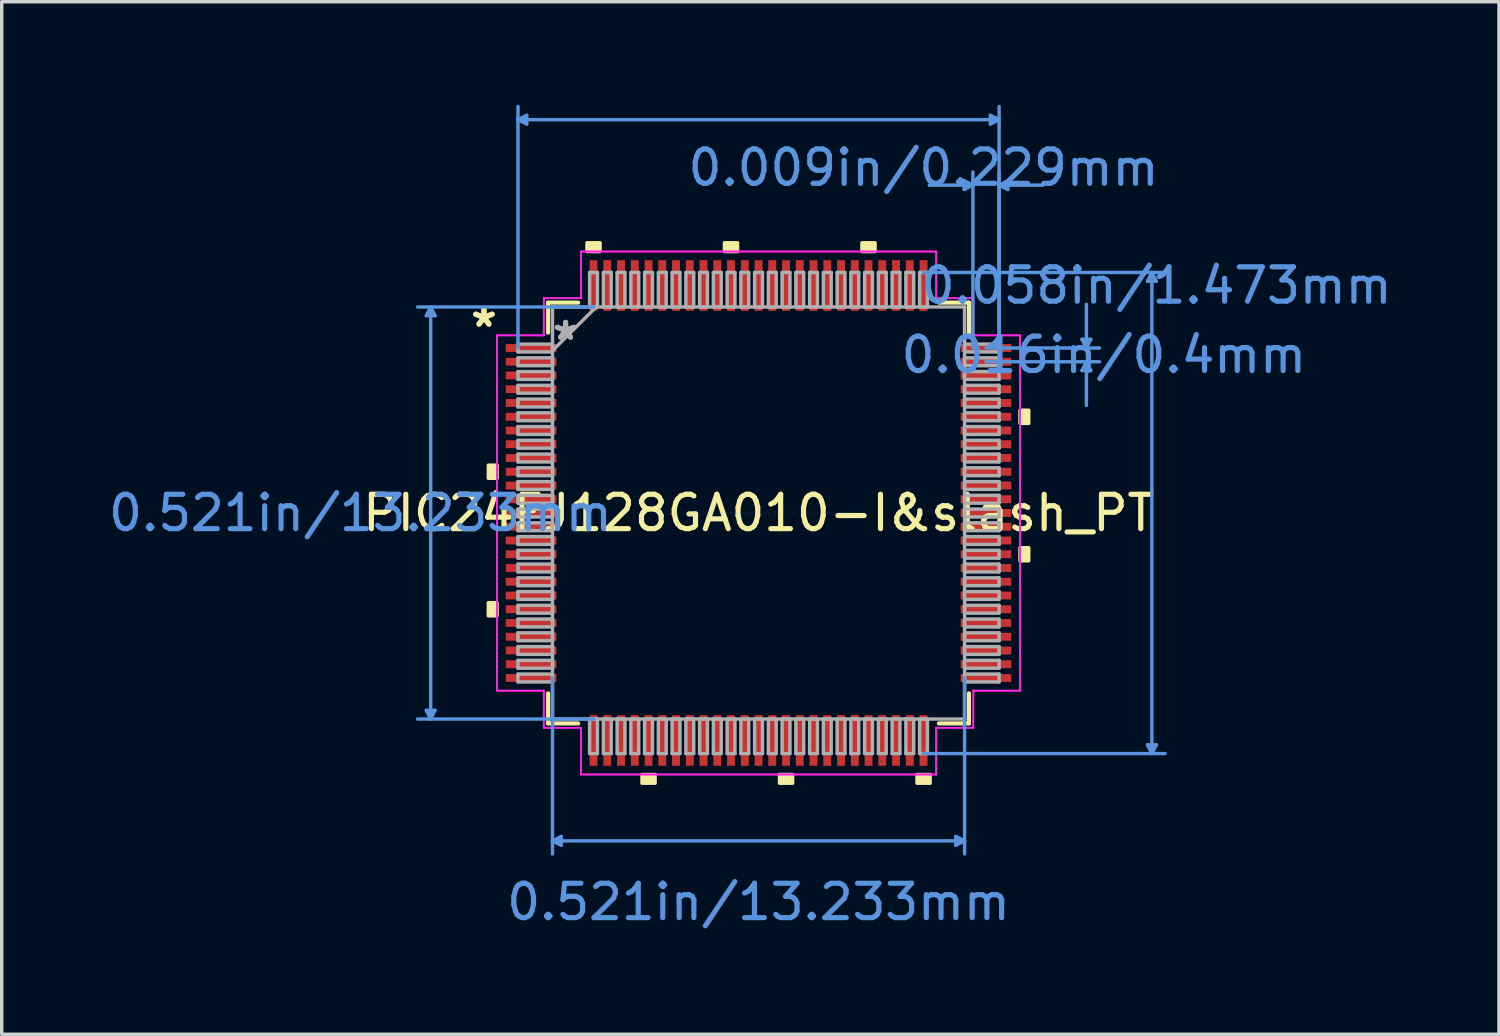
<source format=kicad_pcb>
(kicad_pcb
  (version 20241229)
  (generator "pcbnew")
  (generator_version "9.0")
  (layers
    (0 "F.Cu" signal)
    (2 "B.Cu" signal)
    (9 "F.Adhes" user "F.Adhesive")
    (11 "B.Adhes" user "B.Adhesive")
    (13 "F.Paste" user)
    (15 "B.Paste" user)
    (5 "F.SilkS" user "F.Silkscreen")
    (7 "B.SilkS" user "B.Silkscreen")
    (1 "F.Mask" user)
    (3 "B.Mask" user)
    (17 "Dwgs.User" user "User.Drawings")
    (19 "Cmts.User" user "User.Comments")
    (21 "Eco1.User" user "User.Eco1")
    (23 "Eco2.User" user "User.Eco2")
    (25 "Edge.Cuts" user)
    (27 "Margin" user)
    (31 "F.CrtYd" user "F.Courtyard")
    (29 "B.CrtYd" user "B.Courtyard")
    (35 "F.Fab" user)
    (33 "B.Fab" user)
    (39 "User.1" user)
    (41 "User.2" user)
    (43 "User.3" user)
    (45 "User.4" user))
  (footprint "PIC24FJ128GA010-I&slash_PT"
    (layer "F.Cu")
    (at 19.017 11.874)
    (property "Reference" "PIC24FJ128GA010-I&slash_PT" (at 0 0 0) (layer "F.SilkS") (effects (font (size 1 1) (thickness 0.15))))
    (attr through_hole)
    (fp_line (start -6.121 -6.121) (end -6.121 -5.247) (stroke (width 0.12) (type solid)) (layer "F.SilkS"))
    (fp_line (start -6.121 5.247) (end -6.121 6.121) (stroke (width 0.12) (type solid)) (layer "F.SilkS"))
    (fp_line (start -6.121 6.121) (end -5.247 6.121) (stroke (width 0.12) (type solid)) (layer "F.SilkS"))
    (fp_line (start -5.247 -6.121) (end -6.121 -6.121) (stroke (width 0.12) (type solid)) (layer "F.SilkS"))
    (fp_line (start 5.247 6.121) (end 6.121 6.121) (stroke (width 0.12) (type solid)) (layer "F.SilkS"))
    (fp_line (start 6.121 -6.121) (end 5.247 -6.121) (stroke (width 0.12) (type solid)) (layer "F.SilkS"))
    (fp_line (start 6.121 -5.247) (end 6.121 -6.121) (stroke (width 0.12) (type solid)) (layer "F.SilkS"))
    (fp_line (start 6.121 6.121) (end 6.121 5.247) (stroke (width 0.12) (type solid)) (layer "F.SilkS"))
    (fp_poly (pts (xy -7.861 -1.391) (xy -7.861 -1.01) (xy -7.607 -1.01) (xy -7.607 -1.391)) (stroke (width 0.1) (type solid)) (fill yes) (layer "F.SilkS"))
    (fp_poly (pts (xy -7.861 2.609) (xy -7.861 2.99) (xy -7.607 2.99) (xy -7.607 2.609)) (stroke (width 0.1) (type solid)) (fill yes) (layer "F.SilkS"))
    (fp_poly (pts (xy -4.991 -7.607) (xy -4.991 -7.861) (xy -4.61 -7.861) (xy -4.61 -7.607)) (stroke (width 0.1) (type solid)) (fill yes) (layer "F.SilkS"))
    (fp_poly (pts (xy -3.39 7.607) (xy -3.39 7.861) (xy -3.009 7.861) (xy -3.009 7.607)) (stroke (width 0.1) (type solid)) (fill yes) (layer "F.SilkS"))
    (fp_poly (pts (xy -0.991 -7.607) (xy -0.991 -7.861) (xy -0.61 -7.861) (xy -0.61 -7.607)) (stroke (width 0.1) (type solid)) (fill yes) (layer "F.SilkS"))
    (fp_poly (pts (xy 0.61 7.607) (xy 0.61 7.861) (xy 0.991 7.861) (xy 0.991 7.607)) (stroke (width 0.1) (type solid)) (fill yes) (layer "F.SilkS"))
    (fp_poly (pts (xy 3.009 -7.607) (xy 3.009 -7.861) (xy 3.39 -7.861) (xy 3.39 -7.607)) (stroke (width 0.1) (type solid)) (fill yes) (layer "F.SilkS"))
    (fp_poly (pts (xy 4.61 7.607) (xy 4.61 7.861) (xy 4.991 7.861) (xy 4.991 7.607)) (stroke (width 0.1) (type solid)) (fill yes) (layer "F.SilkS"))
    (fp_poly (pts (xy 7.861 -2.99) (xy 7.861 -2.609) (xy 7.607 -2.609) (xy 7.607 -2.99)) (stroke (width 0.1) (type solid)) (fill yes) (layer "F.SilkS"))
    (fp_poly (pts (xy 7.861 1.01) (xy 7.861 1.391) (xy 7.607 1.391) (xy 7.607 1.01)) (stroke (width 0.1) (type solid)) (fill yes) (layer "F.SilkS"))
    (fp_line (start -9.665 -5.74) (end -9.411 -5.74) (stroke (width 0.1) (type solid)) (layer "Cmts.User"))
    (fp_line (start -9.665 5.74) (end -9.411 5.74) (stroke (width 0.1) (type solid)) (layer "Cmts.User"))
    (fp_line (start -9.538 -5.994) (end -9.665 -5.74) (stroke (width 0.1) (type solid)) (layer "Cmts.User"))
    (fp_line (start -9.538 -5.994) (end -9.538 5.994) (stroke (width 0.1) (type solid)) (layer "Cmts.User"))
    (fp_line (start -9.538 -5.994) (end -9.411 -5.74) (stroke (width 0.1) (type solid)) (layer "Cmts.User"))
    (fp_line (start -9.538 5.994) (end -9.665 5.74) (stroke (width 0.1) (type solid)) (layer "Cmts.User"))
    (fp_line (start -9.538 5.994) (end -9.411 5.74) (stroke (width 0.1) (type solid)) (layer "Cmts.User"))
    (fp_line (start -6.998 -11.443) (end -6.744 -11.57) (stroke (width 0.1) (type solid)) (layer "Cmts.User"))
    (fp_line (start -6.998 -11.443) (end -6.744 -11.316) (stroke (width 0.1) (type solid)) (layer "Cmts.User"))
    (fp_line (start -6.998 -11.443) (end 6.998 -11.443) (stroke (width 0.1) (type solid)) (layer "Cmts.User"))
    (fp_line (start -6.998 -4.8) (end -6.998 -11.824) (stroke (width 0.1) (type solid)) (layer "Cmts.User"))
    (fp_line (start -6.744 -11.57) (end -6.744 -11.316) (stroke (width 0.1) (type solid)) (layer "Cmts.User"))
    (fp_line (start -5.994 4.8) (end -5.994 9.919) (stroke (width 0.1) (type solid)) (layer "Cmts.User"))
    (fp_line (start -5.994 9.538) (end -5.74 9.411) (stroke (width 0.1) (type solid)) (layer "Cmts.User"))
    (fp_line (start -5.994 9.538) (end -5.74 9.665) (stroke (width 0.1) (type solid)) (layer "Cmts.User"))
    (fp_line (start -5.994 9.538) (end 5.994 9.538) (stroke (width 0.1) (type solid)) (layer "Cmts.User"))
    (fp_line (start -5.74 9.411) (end -5.74 9.665) (stroke (width 0.1) (type solid)) (layer "Cmts.User"))
    (fp_line (start -4.8 -5.994) (end -9.919 -5.994) (stroke (width 0.1) (type solid)) (layer "Cmts.User"))
    (fp_line (start -4.8 5.994) (end -9.919 5.994) (stroke (width 0.1) (type solid)) (layer "Cmts.User"))
    (fp_line (start 4.8 -6.998) (end 11.824 -6.998) (stroke (width 0.1) (type solid)) (layer "Cmts.User"))
    (fp_line (start 4.8 6.998) (end 11.824 6.998) (stroke (width 0.1) (type solid)) (layer "Cmts.User"))
    (fp_line (start 5.74 9.411) (end 5.74 9.665) (stroke (width 0.1) (type solid)) (layer "Cmts.User"))
    (fp_line (start 5.982 -9.665) (end 5.982 -9.411) (stroke (width 0.1) (type solid)) (layer "Cmts.User"))
    (fp_line (start 5.994 4.8) (end 5.994 9.919) (stroke (width 0.1) (type solid)) (layer "Cmts.User"))
    (fp_line (start 5.994 9.538) (end 5.74 9.411) (stroke (width 0.1) (type solid)) (layer "Cmts.User"))
    (fp_line (start 5.994 9.538) (end 5.74 9.665) (stroke (width 0.1) (type solid)) (layer "Cmts.User"))
    (fp_line (start 6.236 -9.538) (end 4.966 -9.538) (stroke (width 0.1) (type solid)) (layer "Cmts.User"))
    (fp_line (start 6.236 -9.538) (end 5.982 -9.665) (stroke (width 0.1) (type solid)) (layer "Cmts.User"))
    (fp_line (start 6.236 -9.538) (end 5.982 -9.411) (stroke (width 0.1) (type solid)) (layer "Cmts.User"))
    (fp_line (start 6.236 -4.8) (end 6.236 -9.919) (stroke (width 0.1) (type solid)) (layer "Cmts.User"))
    (fp_line (start 6.617 -4.8) (end 9.919 -4.8) (stroke (width 0.1) (type solid)) (layer "Cmts.User"))
    (fp_line (start 6.617 -4.4) (end 9.919 -4.4) (stroke (width 0.1) (type solid)) (layer "Cmts.User"))
    (fp_line (start 6.744 -11.57) (end 6.744 -11.316) (stroke (width 0.1) (type solid)) (layer "Cmts.User"))
    (fp_line (start 6.998 -11.443) (end 6.744 -11.57) (stroke (width 0.1) (type solid)) (layer "Cmts.User"))
    (fp_line (start 6.998 -11.443) (end 6.744 -11.316) (stroke (width 0.1) (type solid)) (layer "Cmts.User"))
    (fp_line (start 6.998 -9.538) (end 7.252 -9.665) (stroke (width 0.1) (type solid)) (layer "Cmts.User"))
    (fp_line (start 6.998 -9.538) (end 7.252 -9.411) (stroke (width 0.1) (type solid)) (layer "Cmts.User"))
    (fp_line (start 6.998 -9.538) (end 8.268 -9.538) (stroke (width 0.1) (type solid)) (layer "Cmts.User"))
    (fp_line (start 6.998 -4.8) (end 6.998 -11.824) (stroke (width 0.1) (type solid)) (layer "Cmts.User"))
    (fp_line (start 6.998 -4.8) (end 6.998 -9.919) (stroke (width 0.1) (type solid)) (layer "Cmts.User"))
    (fp_line (start 7.252 -9.665) (end 7.252 -9.411) (stroke (width 0.1) (type solid)) (layer "Cmts.User"))
    (fp_line (start 9.411 -5.054) (end 9.665 -5.054) (stroke (width 0.1) (type solid)) (layer "Cmts.User"))
    (fp_line (start 9.411 -4.146) (end 9.665 -4.146) (stroke (width 0.1) (type solid)) (layer "Cmts.User"))
    (fp_line (start 9.538 -4.8) (end 9.411 -5.054) (stroke (width 0.1) (type solid)) (layer "Cmts.User"))
    (fp_line (start 9.538 -4.8) (end 9.538 -6.07) (stroke (width 0.1) (type solid)) (layer "Cmts.User"))
    (fp_line (start 9.538 -4.8) (end 9.665 -5.054) (stroke (width 0.1) (type solid)) (layer "Cmts.User"))
    (fp_line (start 9.538 -4.4) (end 9.411 -4.146) (stroke (width 0.1) (type solid)) (layer "Cmts.User"))
    (fp_line (start 9.538 -4.4) (end 9.538 -3.13) (stroke (width 0.1) (type solid)) (layer "Cmts.User"))
    (fp_line (start 9.538 -4.4) (end 9.665 -4.146) (stroke (width 0.1) (type solid)) (layer "Cmts.User"))
    (fp_line (start 11.316 -6.744) (end 11.57 -6.744) (stroke (width 0.1) (type solid)) (layer "Cmts.User"))
    (fp_line (start 11.316 6.744) (end 11.57 6.744) (stroke (width 0.1) (type solid)) (layer "Cmts.User"))
    (fp_line (start 11.443 -6.998) (end 11.316 -6.744) (stroke (width 0.1) (type solid)) (layer "Cmts.User"))
    (fp_line (start 11.443 -6.998) (end 11.443 6.998) (stroke (width 0.1) (type solid)) (layer "Cmts.User"))
    (fp_line (start 11.443 -6.998) (end 11.57 -6.744) (stroke (width 0.1) (type solid)) (layer "Cmts.User"))
    (fp_line (start 11.443 6.998) (end 11.316 6.744) (stroke (width 0.1) (type solid)) (layer "Cmts.User"))
    (fp_line (start 11.443 6.998) (end 11.57 6.744) (stroke (width 0.1) (type solid)) (layer "Cmts.User"))
    (fp_line (start -7.607 -5.168) (end -6.248 -5.168) (stroke (width 0.05) (type solid)) (layer "F.CrtYd"))
    (fp_line (start -7.607 -5.168) (end -6.248 -5.168) (stroke (width 0.05) (type solid)) (layer "F.CrtYd"))
    (fp_line (start -7.607 5.168) (end -7.607 -5.168) (stroke (width 0.05) (type solid)) (layer "F.CrtYd"))
    (fp_line (start -7.607 5.168) (end -7.607 -5.168) (stroke (width 0.05) (type solid)) (layer "F.CrtYd"))
    (fp_line (start -6.248 -6.248) (end -5.168 -6.248) (stroke (width 0.05) (type solid)) (layer "F.CrtYd"))
    (fp_line (start -6.248 -6.248) (end -5.168 -6.248) (stroke (width 0.05) (type solid)) (layer "F.CrtYd"))
    (fp_line (start -6.248 -5.168) (end -6.248 -6.248) (stroke (width 0.05) (type solid)) (layer "F.CrtYd"))
    (fp_line (start -6.248 -5.168) (end -6.248 -6.248) (stroke (width 0.05) (type solid)) (layer "F.CrtYd"))
    (fp_line (start -6.248 5.168) (end -7.607 5.168) (stroke (width 0.05) (type solid)) (layer "F.CrtYd"))
    (fp_line (start -6.248 5.168) (end -7.607 5.168) (stroke (width 0.05) (type solid)) (layer "F.CrtYd"))
    (fp_line (start -6.248 6.248) (end -6.248 5.168) (stroke (width 0.05) (type solid)) (layer "F.CrtYd"))
    (fp_line (start -6.248 6.248) (end -6.248 5.168) (stroke (width 0.05) (type solid)) (layer "F.CrtYd"))
    (fp_line (start -6.248 6.248) (end -5.168 6.248) (stroke (width 0.05) (type solid)) (layer "F.CrtYd"))
    (fp_line (start -5.168 -7.607) (end 5.168 -7.607) (stroke (width 0.05) (type solid)) (layer "F.CrtYd"))
    (fp_line (start -5.168 -7.607) (end 5.168 -7.607) (stroke (width 0.05) (type solid)) (layer "F.CrtYd"))
    (fp_line (start -5.168 -6.248) (end -5.168 -7.607) (stroke (width 0.05) (type solid)) (layer "F.CrtYd"))
    (fp_line (start -5.168 -6.248) (end -5.168 -7.607) (stroke (width 0.05) (type solid)) (layer "F.CrtYd"))
    (fp_line (start -5.168 6.248) (end -6.248 6.248) (stroke (width 0.05) (type solid)) (layer "F.CrtYd"))
    (fp_line (start -5.168 6.248) (end -5.168 7.607) (stroke (width 0.05) (type solid)) (layer "F.CrtYd"))
    (fp_line (start -5.168 7.607) (end -5.168 6.248) (stroke (width 0.05) (type solid)) (layer "F.CrtYd"))
    (fp_line (start -5.168 7.607) (end 5.168 7.607) (stroke (width 0.05) (type solid)) (layer "F.CrtYd"))
    (fp_line (start 5.168 -7.607) (end 5.168 -6.248) (stroke (width 0.05) (type solid)) (layer "F.CrtYd"))
    (fp_line (start 5.168 -7.607) (end 5.168 -6.248) (stroke (width 0.05) (type solid)) (layer "F.CrtYd"))
    (fp_line (start 5.168 -6.248) (end 6.248 -6.248) (stroke (width 0.05) (type solid)) (layer "F.CrtYd"))
    (fp_line (start 5.168 -6.248) (end 6.248 -6.248) (stroke (width 0.05) (type solid)) (layer "F.CrtYd"))
    (fp_line (start 5.168 6.248) (end 5.168 7.607) (stroke (width 0.05) (type solid)) (layer "F.CrtYd"))
    (fp_line (start 5.168 6.248) (end 6.248 6.248) (stroke (width 0.05) (type solid)) (layer "F.CrtYd"))
    (fp_line (start 5.168 7.607) (end -5.168 7.607) (stroke (width 0.05) (type solid)) (layer "F.CrtYd"))
    (fp_line (start 5.168 7.607) (end 5.168 6.248) (stroke (width 0.05) (type solid)) (layer "F.CrtYd"))
    (fp_line (start 6.248 -6.248) (end 6.248 -5.168) (stroke (width 0.05) (type solid)) (layer "F.CrtYd"))
    (fp_line (start 6.248 -5.168) (end 6.248 -6.248) (stroke (width 0.05) (type solid)) (layer "F.CrtYd"))
    (fp_line (start 6.248 -5.168) (end 7.607 -5.168) (stroke (width 0.05) (type solid)) (layer "F.CrtYd"))
    (fp_line (start 6.248 5.168) (end 6.248 6.248) (stroke (width 0.05) (type solid)) (layer "F.CrtYd"))
    (fp_line (start 6.248 5.168) (end 7.607 5.168) (stroke (width 0.05) (type solid)) (layer "F.CrtYd"))
    (fp_line (start 6.248 6.248) (end 5.168 6.248) (stroke (width 0.05) (type solid)) (layer "F.CrtYd"))
    (fp_line (start 6.248 6.248) (end 6.248 5.168) (stroke (width 0.05) (type solid)) (layer "F.CrtYd"))
    (fp_line (start 7.607 -5.168) (end 6.248 -5.168) (stroke (width 0.05) (type solid)) (layer "F.CrtYd"))
    (fp_line (start 7.607 -5.168) (end 7.607 5.168) (stroke (width 0.05) (type solid)) (layer "F.CrtYd"))
    (fp_line (start 7.607 5.168) (end 6.248 5.168) (stroke (width 0.05) (type solid)) (layer "F.CrtYd"))
    (fp_line (start 7.607 5.168) (end 7.607 -5.168) (stroke (width 0.05) (type solid)) (layer "F.CrtYd"))
    (fp_line (start -6.998 -4.914) (end -6.998 -4.686) (stroke (width 0.1) (type solid)) (layer "F.Fab"))
    (fp_line (start -6.998 -4.686) (end -5.994 -4.686) (stroke (width 0.1) (type solid)) (layer "F.Fab"))
    (fp_line (start -6.998 -4.514) (end -6.998 -4.286) (stroke (width 0.1) (type solid)) (layer "F.Fab"))
    (fp_line (start -6.998 -4.286) (end -5.994 -4.286) (stroke (width 0.1) (type solid)) (layer "F.Fab"))
    (fp_line (start -6.998 -4.114) (end -6.998 -3.886) (stroke (width 0.1) (type solid)) (layer "F.Fab"))
    (fp_line (start -6.998 -3.886) (end -5.994 -3.886) (stroke (width 0.1) (type solid)) (layer "F.Fab"))
    (fp_line (start -6.998 -3.714) (end -6.998 -3.486) (stroke (width 0.1) (type solid)) (layer "F.Fab"))
    (fp_line (start -6.998 -3.486) (end -5.994 -3.486) (stroke (width 0.1) (type solid)) (layer "F.Fab"))
    (fp_line (start -6.998 -3.314) (end -6.998 -3.086) (stroke (width 0.1) (type solid)) (layer "F.Fab"))
    (fp_line (start -6.998 -3.086) (end -5.994 -3.086) (stroke (width 0.1) (type solid)) (layer "F.Fab"))
    (fp_line (start -6.998 -2.914) (end -6.998 -2.686) (stroke (width 0.1) (type solid)) (layer "F.Fab"))
    (fp_line (start -6.998 -2.686) (end -5.994 -2.686) (stroke (width 0.1) (type solid)) (layer "F.Fab"))
    (fp_line (start -6.998 -2.514) (end -6.998 -2.286) (stroke (width 0.1) (type solid)) (layer "F.Fab"))
    (fp_line (start -6.998 -2.286) (end -5.994 -2.286) (stroke (width 0.1) (type solid)) (layer "F.Fab"))
    (fp_line (start -6.998 -2.114) (end -6.998 -1.886) (stroke (width 0.1) (type solid)) (layer "F.Fab"))
    (fp_line (start -6.998 -1.886) (end -5.994 -1.886) (stroke (width 0.1) (type solid)) (layer "F.Fab"))
    (fp_line (start -6.998 -1.714) (end -6.998 -1.486) (stroke (width 0.1) (type solid)) (layer "F.Fab"))
    (fp_line (start -6.998 -1.486) (end -5.994 -1.486) (stroke (width 0.1) (type solid)) (layer "F.Fab"))
    (fp_line (start -6.998 -1.314) (end -6.998 -1.086) (stroke (width 0.1) (type solid)) (layer "F.Fab"))
    (fp_line (start -6.998 -1.086) (end -5.994 -1.086) (stroke (width 0.1) (type solid)) (layer "F.Fab"))
    (fp_line (start -6.998 -0.914) (end -6.998 -0.686) (stroke (width 0.1) (type solid)) (layer "F.Fab"))
    (fp_line (start -6.998 -0.686) (end -5.994 -0.686) (stroke (width 0.1) (type solid)) (layer "F.Fab"))
    (fp_line (start -6.998 -0.514) (end -6.998 -0.286) (stroke (width 0.1) (type solid)) (layer "F.Fab"))
    (fp_line (start -6.998 -0.286) (end -5.994 -0.286) (stroke (width 0.1) (type solid)) (layer "F.Fab"))
    (fp_line (start -6.998 -0.114) (end -6.998 0.114) (stroke (width 0.1) (type solid)) (layer "F.Fab"))
    (fp_line (start -6.998 0.114) (end -5.994 0.114) (stroke (width 0.1) (type solid)) (layer "F.Fab"))
    (fp_line (start -6.998 0.286) (end -6.998 0.514) (stroke (width 0.1) (type solid)) (layer "F.Fab"))
    (fp_line (start -6.998 0.514) (end -5.994 0.514) (stroke (width 0.1) (type solid)) (layer "F.Fab"))
    (fp_line (start -6.998 0.686) (end -6.998 0.914) (stroke (width 0.1) (type solid)) (layer "F.Fab"))
    (fp_line (start -6.998 0.914) (end -5.994 0.914) (stroke (width 0.1) (type solid)) (layer "F.Fab"))
    (fp_line (start -6.998 1.086) (end -6.998 1.314) (stroke (width 0.1) (type solid)) (layer "F.Fab"))
    (fp_line (start -6.998 1.314) (end -5.994 1.314) (stroke (width 0.1) (type solid)) (layer "F.Fab"))
    (fp_line (start -6.998 1.486) (end -6.998 1.714) (stroke (width 0.1) (type solid)) (layer "F.Fab"))
    (fp_line (start -6.998 1.714) (end -5.994 1.714) (stroke (width 0.1) (type solid)) (layer "F.Fab"))
    (fp_line (start -6.998 1.886) (end -6.998 2.114) (stroke (width 0.1) (type solid)) (layer "F.Fab"))
    (fp_line (start -6.998 2.114) (end -5.994 2.114) (stroke (width 0.1) (type solid)) (layer "F.Fab"))
    (fp_line (start -6.998 2.286) (end -6.998 2.514) (stroke (width 0.1) (type solid)) (layer "F.Fab"))
    (fp_line (start -6.998 2.514) (end -5.994 2.514) (stroke (width 0.1) (type solid)) (layer "F.Fab"))
    (fp_line (start -6.998 2.686) (end -6.998 2.914) (stroke (width 0.1) (type solid)) (layer "F.Fab"))
    (fp_line (start -6.998 2.914) (end -5.994 2.914) (stroke (width 0.1) (type solid)) (layer "F.Fab"))
    (fp_line (start -6.998 3.086) (end -6.998 3.314) (stroke (width 0.1) (type solid)) (layer "F.Fab"))
    (fp_line (start -6.998 3.314) (end -5.994 3.314) (stroke (width 0.1) (type solid)) (layer "F.Fab"))
    (fp_line (start -6.998 3.486) (end -6.998 3.714) (stroke (width 0.1) (type solid)) (layer "F.Fab"))
    (fp_line (start -6.998 3.714) (end -5.994 3.714) (stroke (width 0.1) (type solid)) (layer "F.Fab"))
    (fp_line (start -6.998 3.886) (end -6.998 4.114) (stroke (width 0.1) (type solid)) (layer "F.Fab"))
    (fp_line (start -6.998 4.114) (end -5.994 4.114) (stroke (width 0.1) (type solid)) (layer "F.Fab"))
    (fp_line (start -6.998 4.286) (end -6.998 4.514) (stroke (width 0.1) (type solid)) (layer "F.Fab"))
    (fp_line (start -6.998 4.514) (end -5.994 4.514) (stroke (width 0.1) (type solid)) (layer "F.Fab"))
    (fp_line (start -6.998 4.686) (end -6.998 4.914) (stroke (width 0.1) (type solid)) (layer "F.Fab"))
    (fp_line (start -6.998 4.914) (end -5.994 4.914) (stroke (width 0.1) (type solid)) (layer "F.Fab"))
    (fp_line (start -5.994 -5.994) (end -5.994 -5.994) (stroke (width 0.1) (type solid)) (layer "F.Fab"))
    (fp_line (start -5.994 -5.994) (end -5.994 5.994) (stroke (width 0.1) (type solid)) (layer "F.Fab"))
    (fp_line (start -5.994 -4.914) (end -6.998 -4.914) (stroke (width 0.1) (type solid)) (layer "F.Fab"))
    (fp_line (start -5.994 -4.724) (end -4.724 -5.994) (stroke (width 0.1) (type solid)) (layer "F.Fab"))
    (fp_line (start -5.994 -4.686) (end -5.994 -4.914) (stroke (width 0.1) (type solid)) (layer "F.Fab"))
    (fp_line (start -5.994 -4.514) (end -6.998 -4.514) (stroke (width 0.1) (type solid)) (layer "F.Fab"))
    (fp_line (start -5.994 -4.286) (end -5.994 -4.514) (stroke (width 0.1) (type solid)) (layer "F.Fab"))
    (fp_line (start -5.994 -4.114) (end -6.998 -4.114) (stroke (width 0.1) (type solid)) (layer "F.Fab"))
    (fp_line (start -5.994 -3.886) (end -5.994 -4.114) (stroke (width 0.1) (type solid)) (layer "F.Fab"))
    (fp_line (start -5.994 -3.714) (end -6.998 -3.714) (stroke (width 0.1) (type solid)) (layer "F.Fab"))
    (fp_line (start -5.994 -3.486) (end -5.994 -3.714) (stroke (width 0.1) (type solid)) (layer "F.Fab"))
    (fp_line (start -5.994 -3.314) (end -6.998 -3.314) (stroke (width 0.1) (type solid)) (layer "F.Fab"))
    (fp_line (start -5.994 -3.086) (end -5.994 -3.314) (stroke (width 0.1) (type solid)) (layer "F.Fab"))
    (fp_line (start -5.994 -2.914) (end -6.998 -2.914) (stroke (width 0.1) (type solid)) (layer "F.Fab"))
    (fp_line (start -5.994 -2.686) (end -5.994 -2.914) (stroke (width 0.1) (type solid)) (layer "F.Fab"))
    (fp_line (start -5.994 -2.514) (end -6.998 -2.514) (stroke (width 0.1) (type solid)) (layer "F.Fab"))
    (fp_line (start -5.994 -2.286) (end -5.994 -2.514) (stroke (width 0.1) (type solid)) (layer "F.Fab"))
    (fp_line (start -5.994 -2.114) (end -6.998 -2.114) (stroke (width 0.1) (type solid)) (layer "F.Fab"))
    (fp_line (start -5.994 -1.886) (end -5.994 -2.114) (stroke (width 0.1) (type solid)) (layer "F.Fab"))
    (fp_line (start -5.994 -1.714) (end -6.998 -1.714) (stroke (width 0.1) (type solid)) (layer "F.Fab"))
    (fp_line (start -5.994 -1.486) (end -5.994 -1.714) (stroke (width 0.1) (type solid)) (layer "F.Fab"))
    (fp_line (start -5.994 -1.314) (end -6.998 -1.314) (stroke (width 0.1) (type solid)) (layer "F.Fab"))
    (fp_line (start -5.994 -1.086) (end -5.994 -1.314) (stroke (width 0.1) (type solid)) (layer "F.Fab"))
    (fp_line (start -5.994 -0.914) (end -6.998 -0.914) (stroke (width 0.1) (type solid)) (layer "F.Fab"))
    (fp_line (start -5.994 -0.686) (end -5.994 -0.914) (stroke (width 0.1) (type solid)) (layer "F.Fab"))
    (fp_line (start -5.994 -0.514) (end -6.998 -0.514) (stroke (width 0.1) (type solid)) (layer "F.Fab"))
    (fp_line (start -5.994 -0.286) (end -5.994 -0.514) (stroke (width 0.1) (type solid)) (layer "F.Fab"))
    (fp_line (start -5.994 -0.114) (end -6.998 -0.114) (stroke (width 0.1) (type solid)) (layer "F.Fab"))
    (fp_line (start -5.994 0.114) (end -5.994 -0.114) (stroke (width 0.1) (type solid)) (layer "F.Fab"))
    (fp_line (start -5.994 0.286) (end -6.998 0.286) (stroke (width 0.1) (type solid)) (layer "F.Fab"))
    (fp_line (start -5.994 0.514) (end -5.994 0.286) (stroke (width 0.1) (type solid)) (layer "F.Fab"))
    (fp_line (start -5.994 0.686) (end -6.998 0.686) (stroke (width 0.1) (type solid)) (layer "F.Fab"))
    (fp_line (start -5.994 0.914) (end -5.994 0.686) (stroke (width 0.1) (type solid)) (layer "F.Fab"))
    (fp_line (start -5.994 1.086) (end -6.998 1.086) (stroke (width 0.1) (type solid)) (layer "F.Fab"))
    (fp_line (start -5.994 1.314) (end -5.994 1.086) (stroke (width 0.1) (type solid)) (layer "F.Fab"))
    (fp_line (start -5.994 1.486) (end -6.998 1.486) (stroke (width 0.1) (type solid)) (layer "F.Fab"))
    (fp_line (start -5.994 1.714) (end -5.994 1.486) (stroke (width 0.1) (type solid)) (layer "F.Fab"))
    (fp_line (start -5.994 1.886) (end -6.998 1.886) (stroke (width 0.1) (type solid)) (layer "F.Fab"))
    (fp_line (start -5.994 2.114) (end -5.994 1.886) (stroke (width 0.1) (type solid)) (layer "F.Fab"))
    (fp_line (start -5.994 2.286) (end -6.998 2.286) (stroke (width 0.1) (type solid)) (layer "F.Fab"))
    (fp_line (start -5.994 2.514) (end -5.994 2.286) (stroke (width 0.1) (type solid)) (layer "F.Fab"))
    (fp_line (start -5.994 2.686) (end -6.998 2.686) (stroke (width 0.1) (type solid)) (layer "F.Fab"))
    (fp_line (start -5.994 2.914) (end -5.994 2.686) (stroke (width 0.1) (type solid)) (layer "F.Fab"))
    (fp_line (start -5.994 3.086) (end -6.998 3.086) (stroke (width 0.1) (type solid)) (layer "F.Fab"))
    (fp_line (start -5.994 3.314) (end -5.994 3.086) (stroke (width 0.1) (type solid)) (layer "F.Fab"))
    (fp_line (start -5.994 3.486) (end -6.998 3.486) (stroke (width 0.1) (type solid)) (layer "F.Fab"))
    (fp_line (start -5.994 3.714) (end -5.994 3.486) (stroke (width 0.1) (type solid)) (layer "F.Fab"))
    (fp_line (start -5.994 3.886) (end -6.998 3.886) (stroke (width 0.1) (type solid)) (layer "F.Fab"))
    (fp_line (start -5.994 4.114) (end -5.994 3.886) (stroke (width 0.1) (type solid)) (layer "F.Fab"))
    (fp_line (start -5.994 4.286) (end -6.998 4.286) (stroke (width 0.1) (type solid)) (layer "F.Fab"))
    (fp_line (start -5.994 4.514) (end -5.994 4.286) (stroke (width 0.1) (type solid)) (layer "F.Fab"))
    (fp_line (start -5.994 4.686) (end -6.998 4.686) (stroke (width 0.1) (type solid)) (layer "F.Fab"))
    (fp_line (start -5.994 4.914) (end -5.994 4.686) (stroke (width 0.1) (type solid)) (layer "F.Fab"))
    (fp_line (start -5.994 5.994) (end -5.994 5.994) (stroke (width 0.1) (type solid)) (layer "F.Fab"))
    (fp_line (start -5.994 5.994) (end 5.994 5.994) (stroke (width 0.1) (type solid)) (layer "F.Fab"))
    (fp_line (start -4.914 5.994) (end -4.914 6.998) (stroke (width 0.1) (type solid)) (layer "F.Fab"))
    (fp_line (start -4.914 6.998) (end -4.686 6.998) (stroke (width 0.1) (type solid)) (layer "F.Fab"))
    (fp_line (start -4.914 -6.998) (end -4.914 -5.994) (stroke (width 0.1) (type solid)) (layer "F.Fab"))
    (fp_line (start -4.914 -5.994) (end -4.686 -5.994) (stroke (width 0.1) (type solid)) (layer "F.Fab"))
    (fp_line (start -4.686 5.994) (end -4.914 5.994) (stroke (width 0.1) (type solid)) (layer "F.Fab"))
    (fp_line (start -4.686 6.998) (end -4.686 5.994) (stroke (width 0.1) (type solid)) (layer "F.Fab"))
    (fp_line (start -4.686 -6.998) (end -4.914 -6.998) (stroke (width 0.1) (type solid)) (layer "F.Fab"))
    (fp_line (start -4.686 -5.994) (end -4.686 -6.998) (stroke (width 0.1) (type solid)) (layer "F.Fab"))
    (fp_line (start -4.514 5.994) (end -4.514 6.998) (stroke (width 0.1) (type solid)) (layer "F.Fab"))
    (fp_line (start -4.514 6.998) (end -4.286 6.998) (stroke (width 0.1) (type solid)) (layer "F.Fab"))
    (fp_line (start -4.514 -6.998) (end -4.514 -5.994) (stroke (width 0.1) (type solid)) (layer "F.Fab"))
    (fp_line (start -4.514 -5.994) (end -4.286 -5.994) (stroke (width 0.1) (type solid)) (layer "F.Fab"))
    (fp_line (start -4.286 5.994) (end -4.514 5.994) (stroke (width 0.1) (type solid)) (layer "F.Fab"))
    (fp_line (start -4.286 6.998) (end -4.286 5.994) (stroke (width 0.1) (type solid)) (layer "F.Fab"))
    (fp_line (start -4.286 -6.998) (end -4.514 -6.998) (stroke (width 0.1) (type solid)) (layer "F.Fab"))
    (fp_line (start -4.286 -5.994) (end -4.286 -6.998) (stroke (width 0.1) (type solid)) (layer "F.Fab"))
    (fp_line (start -4.114 5.994) (end -4.114 6.998) (stroke (width 0.1) (type solid)) (layer "F.Fab"))
    (fp_line (start -4.114 6.998) (end -3.886 6.998) (stroke (width 0.1) (type solid)) (layer "F.Fab"))
    (fp_line (start -4.114 -6.998) (end -4.114 -5.994) (stroke (width 0.1) (type solid)) (layer "F.Fab"))
    (fp_line (start -4.114 -5.994) (end -3.886 -5.994) (stroke (width 0.1) (type solid)) (layer "F.Fab"))
    (fp_line (start -3.886 5.994) (end -4.114 5.994) (stroke (width 0.1) (type solid)) (layer "F.Fab"))
    (fp_line (start -3.886 6.998) (end -3.886 5.994) (stroke (width 0.1) (type solid)) (layer "F.Fab"))
    (fp_line (start -3.886 -6.998) (end -4.114 -6.998) (stroke (width 0.1) (type solid)) (layer "F.Fab"))
    (fp_line (start -3.886 -5.994) (end -3.886 -6.998) (stroke (width 0.1) (type solid)) (layer "F.Fab"))
    (fp_line (start -3.714 5.994) (end -3.714 6.998) (stroke (width 0.1) (type solid)) (layer "F.Fab"))
    (fp_line (start -3.714 6.998) (end -3.486 6.998) (stroke (width 0.1) (type solid)) (layer "F.Fab"))
    (fp_line (start -3.714 -6.998) (end -3.714 -5.994) (stroke (width 0.1) (type solid)) (layer "F.Fab"))
    (fp_line (start -3.714 -5.994) (end -3.486 -5.994) (stroke (width 0.1) (type solid)) (layer "F.Fab"))
    (fp_line (start -3.486 5.994) (end -3.714 5.994) (stroke (width 0.1) (type solid)) (layer "F.Fab"))
    (fp_line (start -3.486 6.998) (end -3.486 5.994) (stroke (width 0.1) (type solid)) (layer "F.Fab"))
    (fp_line (start -3.486 -6.998) (end -3.714 -6.998) (stroke (width 0.1) (type solid)) (layer "F.Fab"))
    (fp_line (start -3.486 -5.994) (end -3.486 -6.998) (stroke (width 0.1) (type solid)) (layer "F.Fab"))
    (fp_line (start -3.314 5.994) (end -3.314 6.998) (stroke (width 0.1) (type solid)) (layer "F.Fab"))
    (fp_line (start -3.314 6.998) (end -3.086 6.998) (stroke (width 0.1) (type solid)) (layer "F.Fab"))
    (fp_line (start -3.314 -6.998) (end -3.314 -5.994) (stroke (width 0.1) (type solid)) (layer "F.Fab"))
    (fp_line (start -3.314 -5.994) (end -3.086 -5.994) (stroke (width 0.1) (type solid)) (layer "F.Fab"))
    (fp_line (start -3.086 5.994) (end -3.314 5.994) (stroke (width 0.1) (type solid)) (layer "F.Fab"))
    (fp_line (start -3.086 6.998) (end -3.086 5.994) (stroke (width 0.1) (type solid)) (layer "F.Fab"))
    (fp_line (start -3.086 -6.998) (end -3.314 -6.998) (stroke (width 0.1) (type solid)) (layer "F.Fab"))
    (fp_line (start -3.086 -5.994) (end -3.086 -6.998) (stroke (width 0.1) (type solid)) (layer "F.Fab"))
    (fp_line (start -2.914 5.994) (end -2.914 6.998) (stroke (width 0.1) (type solid)) (layer "F.Fab"))
    (fp_line (start -2.914 6.998) (end -2.686 6.998) (stroke (width 0.1) (type solid)) (layer "F.Fab"))
    (fp_line (start -2.914 -6.998) (end -2.914 -5.994) (stroke (width 0.1) (type solid)) (layer "F.Fab"))
    (fp_line (start -2.914 -5.994) (end -2.686 -5.994) (stroke (width 0.1) (type solid)) (layer "F.Fab"))
    (fp_line (start -2.686 5.994) (end -2.914 5.994) (stroke (width 0.1) (type solid)) (layer "F.Fab"))
    (fp_line (start -2.686 6.998) (end -2.686 5.994) (stroke (width 0.1) (type solid)) (layer "F.Fab"))
    (fp_line (start -2.686 -6.998) (end -2.914 -6.998) (stroke (width 0.1) (type solid)) (layer "F.Fab"))
    (fp_line (start -2.686 -5.994) (end -2.686 -6.998) (stroke (width 0.1) (type solid)) (layer "F.Fab"))
    (fp_line (start -2.514 -6.998) (end -2.514 -5.994) (stroke (width 0.1) (type solid)) (layer "F.Fab"))
    (fp_line (start -2.514 -5.994) (end -2.286 -5.994) (stroke (width 0.1) (type solid)) (layer "F.Fab"))
    (fp_line (start -2.514 5.994) (end -2.514 6.998) (stroke (width 0.1) (type solid)) (layer "F.Fab"))
    (fp_line (start -2.514 6.998) (end -2.286 6.998) (stroke (width 0.1) (type solid)) (layer "F.Fab"))
    (fp_line (start -2.286 -6.998) (end -2.514 -6.998) (stroke (width 0.1) (type solid)) (layer "F.Fab"))
    (fp_line (start -2.286 -5.994) (end -2.286 -6.998) (stroke (width 0.1) (type solid)) (layer "F.Fab"))
    (fp_line (start -2.286 5.994) (end -2.514 5.994) (stroke (width 0.1) (type solid)) (layer "F.Fab"))
    (fp_line (start -2.286 6.998) (end -2.286 5.994) (stroke (width 0.1) (type solid)) (layer "F.Fab"))
    (fp_line (start -2.114 -6.998) (end -2.114 -5.994) (stroke (width 0.1) (type solid)) (layer "F.Fab"))
    (fp_line (start -2.114 -5.994) (end -1.886 -5.994) (stroke (width 0.1) (type solid)) (layer "F.Fab"))
    (fp_line (start -2.114 5.994) (end -2.114 6.998) (stroke (width 0.1) (type solid)) (layer "F.Fab"))
    (fp_line (start -2.114 6.998) (end -1.886 6.998) (stroke (width 0.1) (type solid)) (layer "F.Fab"))
    (fp_line (start -1.886 -6.998) (end -2.114 -6.998) (stroke (width 0.1) (type solid)) (layer "F.Fab"))
    (fp_line (start -1.886 -5.994) (end -1.886 -6.998) (stroke (width 0.1) (type solid)) (layer "F.Fab"))
    (fp_line (start -1.886 5.994) (end -2.114 5.994) (stroke (width 0.1) (type solid)) (layer "F.Fab"))
    (fp_line (start -1.886 6.998) (end -1.886 5.994) (stroke (width 0.1) (type solid)) (layer "F.Fab"))
    (fp_line (start -1.714 -6.998) (end -1.714 -5.994) (stroke (width 0.1) (type solid)) (layer "F.Fab"))
    (fp_line (start -1.714 -5.994) (end -1.486 -5.994) (stroke (width 0.1) (type solid)) (layer "F.Fab"))
    (fp_line (start -1.714 5.994) (end -1.714 6.998) (stroke (width 0.1) (type solid)) (layer "F.Fab"))
    (fp_line (start -1.714 6.998) (end -1.486 6.998) (stroke (width 0.1) (type solid)) (layer "F.Fab"))
    (fp_line (start -1.486 -6.998) (end -1.714 -6.998) (stroke (width 0.1) (type solid)) (layer "F.Fab"))
    (fp_line (start -1.486 -5.994) (end -1.486 -6.998) (stroke (width 0.1) (type solid)) (layer "F.Fab"))
    (fp_line (start -1.486 5.994) (end -1.714 5.994) (stroke (width 0.1) (type solid)) (layer "F.Fab"))
    (fp_line (start -1.486 6.998) (end -1.486 5.994) (stroke (width 0.1) (type solid)) (layer "F.Fab"))
    (fp_line (start -1.314 -6.998) (end -1.314 -5.994) (stroke (width 0.1) (type solid)) (layer "F.Fab"))
    (fp_line (start -1.314 -5.994) (end -1.086 -5.994) (stroke (width 0.1) (type solid)) (layer "F.Fab"))
    (fp_line (start -1.314 5.994) (end -1.314 6.998) (stroke (width 0.1) (type solid)) (layer "F.Fab"))
    (fp_line (start -1.314 6.998) (end -1.086 6.998) (stroke (width 0.1) (type solid)) (layer "F.Fab"))
    (fp_line (start -1.086 -6.998) (end -1.314 -6.998) (stroke (width 0.1) (type solid)) (layer "F.Fab"))
    (fp_line (start -1.086 -5.994) (end -1.086 -6.998) (stroke (width 0.1) (type solid)) (layer "F.Fab"))
    (fp_line (start -1.086 5.994) (end -1.314 5.994) (stroke (width 0.1) (type solid)) (layer "F.Fab"))
    (fp_line (start -1.086 6.998) (end -1.086 5.994) (stroke (width 0.1) (type solid)) (layer "F.Fab"))
    (fp_line (start -0.914 -6.998) (end -0.914 -5.994) (stroke (width 0.1) (type solid)) (layer "F.Fab"))
    (fp_line (start -0.914 -5.994) (end -0.686 -5.994) (stroke (width 0.1) (type solid)) (layer "F.Fab"))
    (fp_line (start -0.914 5.994) (end -0.914 6.998) (stroke (width 0.1) (type solid)) (layer "F.Fab"))
    (fp_line (start -0.914 6.998) (end -0.686 6.998) (stroke (width 0.1) (type solid)) (layer "F.Fab"))
    (fp_line (start -0.686 -6.998) (end -0.914 -6.998) (stroke (width 0.1) (type solid)) (layer "F.Fab"))
    (fp_line (start -0.686 -5.994) (end -0.686 -6.998) (stroke (width 0.1) (type solid)) (layer "F.Fab"))
    (fp_line (start -0.686 5.994) (end -0.914 5.994) (stroke (width 0.1) (type solid)) (layer "F.Fab"))
    (fp_line (start -0.686 6.998) (end -0.686 5.994) (stroke (width 0.1) (type solid)) (layer "F.Fab"))
    (fp_line (start -0.514 -6.998) (end -0.514 -5.994) (stroke (width 0.1) (type solid)) (layer "F.Fab"))
    (fp_line (start -0.514 -5.994) (end -0.286 -5.994) (stroke (width 0.1) (type solid)) (layer "F.Fab"))
    (fp_line (start -0.514 5.994) (end -0.514 6.998) (stroke (width 0.1) (type solid)) (layer "F.Fab"))
    (fp_line (start -0.514 6.998) (end -0.286 6.998) (stroke (width 0.1) (type solid)) (layer "F.Fab"))
    (fp_line (start -0.286 -6.998) (end -0.514 -6.998) (stroke (width 0.1) (type solid)) (layer "F.Fab"))
    (fp_line (start -0.286 -5.994) (end -0.286 -6.998) (stroke (width 0.1) (type solid)) (layer "F.Fab"))
    (fp_line (start -0.286 5.994) (end -0.514 5.994) (stroke (width 0.1) (type solid)) (layer "F.Fab"))
    (fp_line (start -0.286 6.998) (end -0.286 5.994) (stroke (width 0.1) (type solid)) (layer "F.Fab"))
    (fp_line (start -0.114 -6.998) (end -0.114 -5.994) (stroke (width 0.1) (type solid)) (layer "F.Fab"))
    (fp_line (start -0.114 -5.994) (end 0.114 -5.994) (stroke (width 0.1) (type solid)) (layer "F.Fab"))
    (fp_line (start -0.114 5.994) (end -0.114 6.998) (stroke (width 0.1) (type solid)) (layer "F.Fab"))
    (fp_line (start -0.114 6.998) (end 0.114 6.998) (stroke (width 0.1) (type solid)) (layer "F.Fab"))
    (fp_line (start 0.114 -6.998) (end -0.114 -6.998) (stroke (width 0.1) (type solid)) (layer "F.Fab"))
    (fp_line (start 0.114 -5.994) (end 0.114 -6.998) (stroke (width 0.1) (type solid)) (layer "F.Fab"))
    (fp_line (start 0.114 5.994) (end -0.114 5.994) (stroke (width 0.1) (type solid)) (layer "F.Fab"))
    (fp_line (start 0.114 6.998) (end 0.114 5.994) (stroke (width 0.1) (type solid)) (layer "F.Fab"))
    (fp_line (start 0.286 -6.998) (end 0.286 -5.994) (stroke (width 0.1) (type solid)) (layer "F.Fab"))
    (fp_line (start 0.286 -5.994) (end 0.514 -5.994) (stroke (width 0.1) (type solid)) (layer "F.Fab"))
    (fp_line (start 0.286 5.994) (end 0.286 6.998) (stroke (width 0.1) (type solid)) (layer "F.Fab"))
    (fp_line (start 0.286 6.998) (end 0.514 6.998) (stroke (width 0.1) (type solid)) (layer "F.Fab"))
    (fp_line (start 0.514 -6.998) (end 0.286 -6.998) (stroke (width 0.1) (type solid)) (layer "F.Fab"))
    (fp_line (start 0.514 -5.994) (end 0.514 -6.998) (stroke (width 0.1) (type solid)) (layer "F.Fab"))
    (fp_line (start 0.514 5.994) (end 0.286 5.994) (stroke (width 0.1) (type solid)) (layer "F.Fab"))
    (fp_line (start 0.514 6.998) (end 0.514 5.994) (stroke (width 0.1) (type solid)) (layer "F.Fab"))
    (fp_line (start 0.686 -6.998) (end 0.686 -5.994) (stroke (width 0.1) (type solid)) (layer "F.Fab"))
    (fp_line (start 0.686 -5.994) (end 0.914 -5.994) (stroke (width 0.1) (type solid)) (layer "F.Fab"))
    (fp_line (start 0.686 5.994) (end 0.686 6.998) (stroke (width 0.1) (type solid)) (layer "F.Fab"))
    (fp_line (start 0.686 6.998) (end 0.914 6.998) (stroke (width 0.1) (type solid)) (layer "F.Fab"))
    (fp_line (start 0.914 -6.998) (end 0.686 -6.998) (stroke (width 0.1) (type solid)) (layer "F.Fab"))
    (fp_line (start 0.914 -5.994) (end 0.914 -6.998) (stroke (width 0.1) (type solid)) (layer "F.Fab"))
    (fp_line (start 0.914 5.994) (end 0.686 5.994) (stroke (width 0.1) (type solid)) (layer "F.Fab"))
    (fp_line (start 0.914 6.998) (end 0.914 5.994) (stroke (width 0.1) (type solid)) (layer "F.Fab"))
    (fp_line (start 1.086 -6.998) (end 1.086 -5.994) (stroke (width 0.1) (type solid)) (layer "F.Fab"))
    (fp_line (start 1.086 -5.994) (end 1.314 -5.994) (stroke (width 0.1) (type solid)) (layer "F.Fab"))
    (fp_line (start 1.086 5.994) (end 1.086 6.998) (stroke (width 0.1) (type solid)) (layer "F.Fab"))
    (fp_line (start 1.086 6.998) (end 1.314 6.998) (stroke (width 0.1) (type solid)) (layer "F.Fab"))
    (fp_line (start 1.314 -6.998) (end 1.086 -6.998) (stroke (width 0.1) (type solid)) (layer "F.Fab"))
    (fp_line (start 1.314 -5.994) (end 1.314 -6.998) (stroke (width 0.1) (type solid)) (layer "F.Fab"))
    (fp_line (start 1.314 5.994) (end 1.086 5.994) (stroke (width 0.1) (type solid)) (layer "F.Fab"))
    (fp_line (start 1.314 6.998) (end 1.314 5.994) (stroke (width 0.1) (type solid)) (layer "F.Fab"))
    (fp_line (start 1.486 -6.998) (end 1.486 -5.994) (stroke (width 0.1) (type solid)) (layer "F.Fab"))
    (fp_line (start 1.486 -5.994) (end 1.714 -5.994) (stroke (width 0.1) (type solid)) (layer "F.Fab"))
    (fp_line (start 1.486 5.994) (end 1.486 6.998) (stroke (width 0.1) (type solid)) (layer "F.Fab"))
    (fp_line (start 1.486 6.998) (end 1.714 6.998) (stroke (width 0.1) (type solid)) (layer "F.Fab"))
    (fp_line (start 1.714 -6.998) (end 1.486 -6.998) (stroke (width 0.1) (type solid)) (layer "F.Fab"))
    (fp_line (start 1.714 -5.994) (end 1.714 -6.998) (stroke (width 0.1) (type solid)) (layer "F.Fab"))
    (fp_line (start 1.714 5.994) (end 1.486 5.994) (stroke (width 0.1) (type solid)) (layer "F.Fab"))
    (fp_line (start 1.714 6.998) (end 1.714 5.994) (stroke (width 0.1) (type solid)) (layer "F.Fab"))
    (fp_line (start 1.886 -6.998) (end 1.886 -5.994) (stroke (width 0.1) (type solid)) (layer "F.Fab"))
    (fp_line (start 1.886 -5.994) (end 2.114 -5.994) (stroke (width 0.1) (type solid)) (layer "F.Fab"))
    (fp_line (start 1.886 5.994) (end 1.886 6.998) (stroke (width 0.1) (type solid)) (layer "F.Fab"))
    (fp_line (start 1.886 6.998) (end 2.114 6.998) (stroke (width 0.1) (type solid)) (layer "F.Fab"))
    (fp_line (start 2.114 -6.998) (end 1.886 -6.998) (stroke (width 0.1) (type solid)) (layer "F.Fab"))
    (fp_line (start 2.114 -5.994) (end 2.114 -6.998) (stroke (width 0.1) (type solid)) (layer "F.Fab"))
    (fp_line (start 2.114 5.994) (end 1.886 5.994) (stroke (width 0.1) (type solid)) (layer "F.Fab"))
    (fp_line (start 2.114 6.998) (end 2.114 5.994) (stroke (width 0.1) (type solid)) (layer "F.Fab"))
    (fp_line (start 2.286 -6.998) (end 2.286 -5.994) (stroke (width 0.1) (type solid)) (layer "F.Fab"))
    (fp_line (start 2.286 -5.994) (end 2.514 -5.994) (stroke (width 0.1) (type solid)) (layer "F.Fab"))
    (fp_line (start 2.286 5.994) (end 2.286 6.998) (stroke (width 0.1) (type solid)) (layer "F.Fab"))
    (fp_line (start 2.286 6.998) (end 2.514 6.998) (stroke (width 0.1) (type solid)) (layer "F.Fab"))
    (fp_line (start 2.514 -6.998) (end 2.286 -6.998) (stroke (width 0.1) (type solid)) (layer "F.Fab"))
    (fp_line (start 2.514 -5.994) (end 2.514 -6.998) (stroke (width 0.1) (type solid)) (layer "F.Fab"))
    (fp_line (start 2.514 5.994) (end 2.286 5.994) (stroke (width 0.1) (type solid)) (layer "F.Fab"))
    (fp_line (start 2.514 6.998) (end 2.514 5.994) (stroke (width 0.1) (type solid)) (layer "F.Fab"))
    (fp_line (start 2.686 5.994) (end 2.686 6.998) (stroke (width 0.1) (type solid)) (layer "F.Fab"))
    (fp_line (start 2.686 6.998) (end 2.914 6.998) (stroke (width 0.1) (type solid)) (layer "F.Fab"))
    (fp_line (start 2.686 -6.998) (end 2.686 -5.994) (stroke (width 0.1) (type solid)) (layer "F.Fab"))
    (fp_line (start 2.686 -5.994) (end 2.914 -5.994) (stroke (width 0.1) (type solid)) (layer "F.Fab"))
    (fp_line (start 2.914 5.994) (end 2.686 5.994) (stroke (width 0.1) (type solid)) (layer "F.Fab"))
    (fp_line (start 2.914 6.998) (end 2.914 5.994) (stroke (width 0.1) (type solid)) (layer "F.Fab"))
    (fp_line (start 2.914 -6.998) (end 2.686 -6.998) (stroke (width 0.1) (type solid)) (layer "F.Fab"))
    (fp_line (start 2.914 -5.994) (end 2.914 -6.998) (stroke (width 0.1) (type solid)) (layer "F.Fab"))
    (fp_line (start 3.086 5.994) (end 3.086 6.998) (stroke (width 0.1) (type solid)) (layer "F.Fab"))
    (fp_line (start 3.086 6.998) (end 3.314 6.998) (stroke (width 0.1) (type solid)) (layer "F.Fab"))
    (fp_line (start 3.086 -6.998) (end 3.086 -5.994) (stroke (width 0.1) (type solid)) (layer "F.Fab"))
    (fp_line (start 3.086 -5.994) (end 3.314 -5.994) (stroke (width 0.1) (type solid)) (layer "F.Fab"))
    (fp_line (start 3.314 5.994) (end 3.086 5.994) (stroke (width 0.1) (type solid)) (layer "F.Fab"))
    (fp_line (start 3.314 6.998) (end 3.314 5.994) (stroke (width 0.1) (type solid)) (layer "F.Fab"))
    (fp_line (start 3.314 -6.998) (end 3.086 -6.998) (stroke (width 0.1) (type solid)) (layer "F.Fab"))
    (fp_line (start 3.314 -5.994) (end 3.314 -6.998) (stroke (width 0.1) (type solid)) (layer "F.Fab"))
    (fp_line (start 3.486 5.994) (end 3.486 6.998) (stroke (width 0.1) (type solid)) (layer "F.Fab"))
    (fp_line (start 3.486 6.998) (end 3.714 6.998) (stroke (width 0.1) (type solid)) (layer "F.Fab"))
    (fp_line (start 3.486 -6.998) (end 3.486 -5.994) (stroke (width 0.1) (type solid)) (layer "F.Fab"))
    (fp_line (start 3.486 -5.994) (end 3.714 -5.994) (stroke (width 0.1) (type solid)) (layer "F.Fab"))
    (fp_line (start 3.714 5.994) (end 3.486 5.994) (stroke (width 0.1) (type solid)) (layer "F.Fab"))
    (fp_line (start 3.714 6.998) (end 3.714 5.994) (stroke (width 0.1) (type solid)) (layer "F.Fab"))
    (fp_line (start 3.714 -6.998) (end 3.486 -6.998) (stroke (width 0.1) (type solid)) (layer "F.Fab"))
    (fp_line (start 3.714 -5.994) (end 3.714 -6.998) (stroke (width 0.1) (type solid)) (layer "F.Fab"))
    (fp_line (start 3.886 5.994) (end 3.886 6.998) (stroke (width 0.1) (type solid)) (layer "F.Fab"))
    (fp_line (start 3.886 6.998) (end 4.114 6.998) (stroke (width 0.1) (type solid)) (layer "F.Fab"))
    (fp_line (start 3.886 -6.998) (end 3.886 -5.994) (stroke (width 0.1) (type solid)) (layer "F.Fab"))
    (fp_line (start 3.886 -5.994) (end 4.114 -5.994) (stroke (width 0.1) (type solid)) (layer "F.Fab"))
    (fp_line (start 4.114 5.994) (end 3.886 5.994) (stroke (width 0.1) (type solid)) (layer "F.Fab"))
    (fp_line (start 4.114 6.998) (end 4.114 5.994) (stroke (width 0.1) (type solid)) (layer "F.Fab"))
    (fp_line (start 4.114 -6.998) (end 3.886 -6.998) (stroke (width 0.1) (type solid)) (layer "F.Fab"))
    (fp_line (start 4.114 -5.994) (end 4.114 -6.998) (stroke (width 0.1) (type solid)) (layer "F.Fab"))
    (fp_line (start 4.286 5.994) (end 4.286 6.998) (stroke (width 0.1) (type solid)) (layer "F.Fab"))
    (fp_line (start 4.286 6.998) (end 4.514 6.998) (stroke (width 0.1) (type solid)) (layer "F.Fab"))
    (fp_line (start 4.286 -6.998) (end 4.286 -5.994) (stroke (width 0.1) (type solid)) (layer "F.Fab"))
    (fp_line (start 4.286 -5.994) (end 4.514 -5.994) (stroke (width 0.1) (type solid)) (layer "F.Fab"))
    (fp_line (start 4.514 5.994) (end 4.286 5.994) (stroke (width 0.1) (type solid)) (layer "F.Fab"))
    (fp_line (start 4.514 6.998) (end 4.514 5.994) (stroke (width 0.1) (type solid)) (layer "F.Fab"))
    (fp_line (start 4.514 -6.998) (end 4.286 -6.998) (stroke (width 0.1) (type solid)) (layer "F.Fab"))
    (fp_line (start 4.514 -5.994) (end 4.514 -6.998) (stroke (width 0.1) (type solid)) (layer "F.Fab"))
    (fp_line (start 4.686 5.994) (end 4.686 6.998) (stroke (width 0.1) (type solid)) (layer "F.Fab"))
    (fp_line (start 4.686 6.998) (end 4.914 6.998) (stroke (width 0.1) (type solid)) (layer "F.Fab"))
    (fp_line (start 4.686 -6.998) (end 4.686 -5.994) (stroke (width 0.1) (type solid)) (layer "F.Fab"))
    (fp_line (start 4.686 -5.994) (end 4.914 -5.994) (stroke (width 0.1) (type solid)) (layer "F.Fab"))
    (fp_line (start 4.914 5.994) (end 4.686 5.994) (stroke (width 0.1) (type solid)) (layer "F.Fab"))
    (fp_line (start 4.914 6.998) (end 4.914 5.994) (stroke (width 0.1) (type solid)) (layer "F.Fab"))
    (fp_line (start 4.914 -6.998) (end 4.686 -6.998) (stroke (width 0.1) (type solid)) (layer "F.Fab"))
    (fp_line (start 4.914 -5.994) (end 4.914 -6.998) (stroke (width 0.1) (type solid)) (layer "F.Fab"))
    (fp_line (start 5.994 -5.994) (end -5.994 -5.994) (stroke (width 0.1) (type solid)) (layer "F.Fab"))
    (fp_line (start 5.994 -5.994) (end 5.994 -5.994) (stroke (width 0.1) (type solid)) (layer "F.Fab"))
    (fp_line (start 5.994 -4.914) (end 5.994 -4.686) (stroke (width 0.1) (type solid)) (layer "F.Fab"))
    (fp_line (start 5.994 -4.686) (end 6.998 -4.686) (stroke (width 0.1) (type solid)) (layer "F.Fab"))
    (fp_line (start 5.994 -4.514) (end 5.994 -4.286) (stroke (width 0.1) (type solid)) (layer "F.Fab"))
    (fp_line (start 5.994 -4.286) (end 6.998 -4.286) (stroke (width 0.1) (type solid)) (layer "F.Fab"))
    (fp_line (start 5.994 -4.114) (end 5.994 -3.886) (stroke (width 0.1) (type solid)) (layer "F.Fab"))
    (fp_line (start 5.994 -3.886) (end 6.998 -3.886) (stroke (width 0.1) (type solid)) (layer "F.Fab"))
    (fp_line (start 5.994 -3.714) (end 5.994 -3.486) (stroke (width 0.1) (type solid)) (layer "F.Fab"))
    (fp_line (start 5.994 -3.486) (end 6.998 -3.486) (stroke (width 0.1) (type solid)) (layer "F.Fab"))
    (fp_line (start 5.994 -3.314) (end 5.994 -3.086) (stroke (width 0.1) (type solid)) (layer "F.Fab"))
    (fp_line (start 5.994 -3.086) (end 6.998 -3.086) (stroke (width 0.1) (type solid)) (layer "F.Fab"))
    (fp_line (start 5.994 -2.914) (end 5.994 -2.686) (stroke (width 0.1) (type solid)) (layer "F.Fab"))
    (fp_line (start 5.994 -2.686) (end 6.998 -2.686) (stroke (width 0.1) (type solid)) (layer "F.Fab"))
    (fp_line (start 5.994 -2.514) (end 5.994 -2.286) (stroke (width 0.1) (type solid)) (layer "F.Fab"))
    (fp_line (start 5.994 -2.286) (end 6.998 -2.286) (stroke (width 0.1) (type solid)) (layer "F.Fab"))
    (fp_line (start 5.994 -2.114) (end 5.994 -1.886) (stroke (width 0.1) (type solid)) (layer "F.Fab"))
    (fp_line (start 5.994 -1.886) (end 6.998 -1.886) (stroke (width 0.1) (type solid)) (layer "F.Fab"))
    (fp_line (start 5.994 -1.714) (end 5.994 -1.486) (stroke (width 0.1) (type solid)) (layer "F.Fab"))
    (fp_line (start 5.994 -1.486) (end 6.998 -1.486) (stroke (width 0.1) (type solid)) (layer "F.Fab"))
    (fp_line (start 5.994 -1.314) (end 5.994 -1.086) (stroke (width 0.1) (type solid)) (layer "F.Fab"))
    (fp_line (start 5.994 -1.086) (end 6.998 -1.086) (stroke (width 0.1) (type solid)) (layer "F.Fab"))
    (fp_line (start 5.994 -0.914) (end 5.994 -0.686) (stroke (width 0.1) (type solid)) (layer "F.Fab"))
    (fp_line (start 5.994 -0.686) (end 6.998 -0.686) (stroke (width 0.1) (type solid)) (layer "F.Fab"))
    (fp_line (start 5.994 -0.514) (end 5.994 -0.286) (stroke (width 0.1) (type solid)) (layer "F.Fab"))
    (fp_line (start 5.994 -0.286) (end 6.998 -0.286) (stroke (width 0.1) (type solid)) (layer "F.Fab"))
    (fp_line (start 5.994 -0.114) (end 5.994 0.114) (stroke (width 0.1) (type solid)) (layer "F.Fab"))
    (fp_line (start 5.994 0.114) (end 6.998 0.114) (stroke (width 0.1) (type solid)) (layer "F.Fab"))
    (fp_line (start 5.994 0.286) (end 5.994 0.514) (stroke (width 0.1) (type solid)) (layer "F.Fab"))
    (fp_line (start 5.994 0.514) (end 6.998 0.514) (stroke (width 0.1) (type solid)) (layer "F.Fab"))
    (fp_line (start 5.994 0.686) (end 5.994 0.914) (stroke (width 0.1) (type solid)) (layer "F.Fab"))
    (fp_line (start 5.994 0.914) (end 6.998 0.914) (stroke (width 0.1) (type solid)) (layer "F.Fab"))
    (fp_line (start 5.994 1.086) (end 5.994 1.314) (stroke (width 0.1) (type solid)) (layer "F.Fab"))
    (fp_line (start 5.994 1.314) (end 6.998 1.314) (stroke (width 0.1) (type solid)) (layer "F.Fab"))
    (fp_line (start 5.994 1.486) (end 5.994 1.714) (stroke (width 0.1) (type solid)) (layer "F.Fab"))
    (fp_line (start 5.994 1.714) (end 6.998 1.714) (stroke (width 0.1) (type solid)) (layer "F.Fab"))
    (fp_line (start 5.994 1.886) (end 5.994 2.114) (stroke (width 0.1) (type solid)) (layer "F.Fab"))
    (fp_line (start 5.994 2.114) (end 6.998 2.114) (stroke (width 0.1) (type solid)) (layer "F.Fab"))
    (fp_line (start 5.994 2.286) (end 5.994 2.514) (stroke (width 0.1) (type solid)) (layer "F.Fab"))
    (fp_line (start 5.994 2.514) (end 6.998 2.514) (stroke (width 0.1) (type solid)) (layer "F.Fab"))
    (fp_line (start 5.994 2.686) (end 5.994 2.914) (stroke (width 0.1) (type solid)) (layer "F.Fab"))
    (fp_line (start 5.994 2.914) (end 6.998 2.914) (stroke (width 0.1) (type solid)) (layer "F.Fab"))
    (fp_line (start 5.994 3.086) (end 5.994 3.314) (stroke (width 0.1) (type solid)) (layer "F.Fab"))
    (fp_line (start 5.994 3.314) (end 6.998 3.314) (stroke (width 0.1) (type solid)) (layer "F.Fab"))
    (fp_line (start 5.994 3.486) (end 5.994 3.714) (stroke (width 0.1) (type solid)) (layer "F.Fab"))
    (fp_line (start 5.994 3.714) (end 6.998 3.714) (stroke (width 0.1) (type solid)) (layer "F.Fab"))
    (fp_line (start 5.994 3.886) (end 5.994 4.114) (stroke (width 0.1) (type solid)) (layer "F.Fab"))
    (fp_line (start 5.994 4.114) (end 6.998 4.114) (stroke (width 0.1) (type solid)) (layer "F.Fab"))
    (fp_line (start 5.994 4.286) (end 5.994 4.514) (stroke (width 0.1) (type solid)) (layer "F.Fab"))
    (fp_line (start 5.994 4.514) (end 6.998 4.514) (stroke (width 0.1) (type solid)) (layer "F.Fab"))
    (fp_line (start 5.994 4.686) (end 5.994 4.914) (stroke (width 0.1) (type solid)) (layer "F.Fab"))
    (fp_line (start 5.994 4.914) (end 6.998 4.914) (stroke (width 0.1) (type solid)) (layer "F.Fab"))
    (fp_line (start 5.994 5.994) (end 5.994 -5.994) (stroke (width 0.1) (type solid)) (layer "F.Fab"))
    (fp_line (start 5.994 5.994) (end 5.994 5.994) (stroke (width 0.1) (type solid)) (layer "F.Fab"))
    (fp_line (start 6.998 -4.914) (end 5.994 -4.914) (stroke (width 0.1) (type solid)) (layer "F.Fab"))
    (fp_line (start 6.998 -4.686) (end 6.998 -4.914) (stroke (width 0.1) (type solid)) (layer "F.Fab"))
    (fp_line (start 6.998 -4.514) (end 5.994 -4.514) (stroke (width 0.1) (type solid)) (layer "F.Fab"))
    (fp_line (start 6.998 -4.286) (end 6.998 -4.514) (stroke (width 0.1) (type solid)) (layer "F.Fab"))
    (fp_line (start 6.998 -4.114) (end 5.994 -4.114) (stroke (width 0.1) (type solid)) (layer "F.Fab"))
    (fp_line (start 6.998 -3.886) (end 6.998 -4.114) (stroke (width 0.1) (type solid)) (layer "F.Fab"))
    (fp_line (start 6.998 -3.714) (end 5.994 -3.714) (stroke (width 0.1) (type solid)) (layer "F.Fab"))
    (fp_line (start 6.998 -3.486) (end 6.998 -3.714) (stroke (width 0.1) (type solid)) (layer "F.Fab"))
    (fp_line (start 6.998 -3.314) (end 5.994 -3.314) (stroke (width 0.1) (type solid)) (layer "F.Fab"))
    (fp_line (start 6.998 -3.086) (end 6.998 -3.314) (stroke (width 0.1) (type solid)) (layer "F.Fab"))
    (fp_line (start 6.998 -2.914) (end 5.994 -2.914) (stroke (width 0.1) (type solid)) (layer "F.Fab"))
    (fp_line (start 6.998 -2.686) (end 6.998 -2.914) (stroke (width 0.1) (type solid)) (layer "F.Fab"))
    (fp_line (start 6.998 -2.514) (end 5.994 -2.514) (stroke (width 0.1) (type solid)) (layer "F.Fab"))
    (fp_line (start 6.998 -2.286) (end 6.998 -2.514) (stroke (width 0.1) (type solid)) (layer "F.Fab"))
    (fp_line (start 6.998 -2.114) (end 5.994 -2.114) (stroke (width 0.1) (type solid)) (layer "F.Fab"))
    (fp_line (start 6.998 -1.886) (end 6.998 -2.114) (stroke (width 0.1) (type solid)) (layer "F.Fab"))
    (fp_line (start 6.998 -1.714) (end 5.994 -1.714) (stroke (width 0.1) (type solid)) (layer "F.Fab"))
    (fp_line (start 6.998 -1.486) (end 6.998 -1.714) (stroke (width 0.1) (type solid)) (layer "F.Fab"))
    (fp_line (start 6.998 -1.314) (end 5.994 -1.314) (stroke (width 0.1) (type solid)) (layer "F.Fab"))
    (fp_line (start 6.998 -1.086) (end 6.998 -1.314) (stroke (width 0.1) (type solid)) (layer "F.Fab"))
    (fp_line (start 6.998 -0.914) (end 5.994 -0.914) (stroke (width 0.1) (type solid)) (layer "F.Fab"))
    (fp_line (start 6.998 -0.686) (end 6.998 -0.914) (stroke (width 0.1) (type solid)) (layer "F.Fab"))
    (fp_line (start 6.998 -0.514) (end 5.994 -0.514) (stroke (width 0.1) (type solid)) (layer "F.Fab"))
    (fp_line (start 6.998 -0.286) (end 6.998 -0.514) (stroke (width 0.1) (type solid)) (layer "F.Fab"))
    (fp_line (start 6.998 -0.114) (end 5.994 -0.114) (stroke (width 0.1) (type solid)) (layer "F.Fab"))
    (fp_line (start 6.998 0.114) (end 6.998 -0.114) (stroke (width 0.1) (type solid)) (layer "F.Fab"))
    (fp_line (start 6.998 0.286) (end 5.994 0.286) (stroke (width 0.1) (type solid)) (layer "F.Fab"))
    (fp_line (start 6.998 0.514) (end 6.998 0.286) (stroke (width 0.1) (type solid)) (layer "F.Fab"))
    (fp_line (start 6.998 0.686) (end 5.994 0.686) (stroke (width 0.1) (type solid)) (layer "F.Fab"))
    (fp_line (start 6.998 0.914) (end 6.998 0.686) (stroke (width 0.1) (type solid)) (layer "F.Fab"))
    (fp_line (start 6.998 1.086) (end 5.994 1.086) (stroke (width 0.1) (type solid)) (layer "F.Fab"))
    (fp_line (start 6.998 1.314) (end 6.998 1.086) (stroke (width 0.1) (type solid)) (layer "F.Fab"))
    (fp_line (start 6.998 1.486) (end 5.994 1.486) (stroke (width 0.1) (type solid)) (layer "F.Fab"))
    (fp_line (start 6.998 1.714) (end 6.998 1.486) (stroke (width 0.1) (type solid)) (layer "F.Fab"))
    (fp_line (start 6.998 1.886) (end 5.994 1.886) (stroke (width 0.1) (type solid)) (layer "F.Fab"))
    (fp_line (start 6.998 2.114) (end 6.998 1.886) (stroke (width 0.1) (type solid)) (layer "F.Fab"))
    (fp_line (start 6.998 2.286) (end 5.994 2.286) (stroke (width 0.1) (type solid)) (layer "F.Fab"))
    (fp_line (start 6.998 2.514) (end 6.998 2.286) (stroke (width 0.1) (type solid)) (layer "F.Fab"))
    (fp_line (start 6.998 2.686) (end 5.994 2.686) (stroke (width 0.1) (type solid)) (layer "F.Fab"))
    (fp_line (start 6.998 2.914) (end 6.998 2.686) (stroke (width 0.1) (type solid)) (layer "F.Fab"))
    (fp_line (start 6.998 3.086) (end 5.994 3.086) (stroke (width 0.1) (type solid)) (layer "F.Fab"))
    (fp_line (start 6.998 3.314) (end 6.998 3.086) (stroke (width 0.1) (type solid)) (layer "F.Fab"))
    (fp_line (start 6.998 3.486) (end 5.994 3.486) (stroke (width 0.1) (type solid)) (layer "F.Fab"))
    (fp_line (start 6.998 3.714) (end 6.998 3.486) (stroke (width 0.1) (type solid)) (layer "F.Fab"))
    (fp_line (start 6.998 3.886) (end 5.994 3.886) (stroke (width 0.1) (type solid)) (layer "F.Fab"))
    (fp_line (start 6.998 4.114) (end 6.998 3.886) (stroke (width 0.1) (type solid)) (layer "F.Fab"))
    (fp_line (start 6.998 4.286) (end 5.994 4.286) (stroke (width 0.1) (type solid)) (layer "F.Fab"))
    (fp_line (start 6.998 4.514) (end 6.998 4.286) (stroke (width 0.1) (type solid)) (layer "F.Fab"))
    (fp_line (start 6.998 4.686) (end 5.994 4.686) (stroke (width 0.1) (type solid)) (layer "F.Fab"))
    (fp_line (start 6.998 4.914) (end 6.998 4.686) (stroke (width 0.1) (type solid)) (layer "F.Fab"))
    (fp_text user "*" (at -7.988 -5.381 0) (layer "F.SilkS") (effects (font (size 1 1) (thickness 0.15))))
    (fp_text user "*" (at -7.988 -5.381 0) (layer "F.SilkS") (effects (font (size 1 1) (thickness 0.15))))
    (fp_text user "0.058in/1.473mm" (at 11.582 -6.617 0) (layer "Cmts.User") (effects (font (size 1 1) (thickness 0.15))))
    (fp_text user "0.521in/13.233mm" (at 0 11.316 0) (layer "Cmts.User") (effects (font (size 1 1) (thickness 0.15))))
    (fp_text user "0.521in/13.233mm" (at -11.582 0 0) (layer "Cmts.User") (effects (font (size 1 1) (thickness 0.15))))
    (fp_text user "0.009in/0.229mm" (at 4.8 -10.046 0) (layer "Cmts.User") (effects (font (size 1 1) (thickness 0.15))))
    (fp_text user "0.016in/0.4mm" (at 10.046 -4.6 0) (layer "Cmts.User") (effects (font (size 1 1) (thickness 0.15))))
    (fp_text user "Copyright 2021 Accelerated Designs. All rights reserved." (at 0 0 0) (layer "Cmts.User") (effects (font (size 0.127 0.127) (thickness 0.002))))
    (fp_text user "*" (at -5.613 -5 0) (layer "F.Fab") (effects (font (size 1 1) (thickness 0.15))))
    (fp_text user "*" (at -5.613 -5 0) (layer "F.Fab") (effects (font (size 1 1) (thickness 0.15))))
    (pad "1" smd rect (at -6.617 -4.8 90) (size 0.229 1.473) (layers "F.Cu" "F.Mask" "F.Paste"))
    (pad "2" smd rect (at -6.617 -4.4 90) (size 0.229 1.473) (layers "F.Cu" "F.Mask" "F.Paste"))
    (pad "3" smd rect (at -6.617 -4 90) (size 0.229 1.473) (layers "F.Cu" "F.Mask" "F.Paste"))
    (pad "4" smd rect (at -6.617 -3.6 90) (size 0.229 1.473) (layers "F.Cu" "F.Mask" "F.Paste"))
    (pad "5" smd rect (at -6.617 -3.2 90) (size 0.229 1.473) (layers "F.Cu" "F.Mask" "F.Paste"))
    (pad "6" smd rect (at -6.617 -2.8 90) (size 0.229 1.473) (layers "F.Cu" "F.Mask" "F.Paste"))
    (pad "7" smd rect (at -6.617 -2.4 90) (size 0.229 1.473) (layers "F.Cu" "F.Mask" "F.Paste"))
    (pad "8" smd rect (at -6.617 -2 90) (size 0.229 1.473) (layers "F.Cu" "F.Mask" "F.Paste"))
    (pad "9" smd rect (at -6.617 -1.6 90) (size 0.229 1.473) (layers "F.Cu" "F.Mask" "F.Paste"))
    (pad "10" smd rect (at -6.617 -1.2 90) (size 0.229 1.473) (layers "F.Cu" "F.Mask" "F.Paste"))
    (pad "11" smd rect (at -6.617 -0.8 90) (size 0.229 1.473) (layers "F.Cu" "F.Mask" "F.Paste"))
    (pad "12" smd rect (at -6.617 -0.4 90) (size 0.229 1.473) (layers "F.Cu" "F.Mask" "F.Paste"))
    (pad "13" smd rect (at -6.617 0 90) (size 0.229 1.473) (layers "F.Cu" "F.Mask" "F.Paste"))
    (pad "14" smd rect (at -6.617 0.4 90) (size 0.229 1.473) (layers "F.Cu" "F.Mask" "F.Paste"))
    (pad "15" smd rect (at -6.617 0.8 90) (size 0.229 1.473) (layers "F.Cu" "F.Mask" "F.Paste"))
    (pad "16" smd rect (at -6.617 1.2 90) (size 0.229 1.473) (layers "F.Cu" "F.Mask" "F.Paste"))
    (pad "17" smd rect (at -6.617 1.6 90) (size 0.229 1.473) (layers "F.Cu" "F.Mask" "F.Paste"))
    (pad "18" smd rect (at -6.617 2 90) (size 0.229 1.473) (layers "F.Cu" "F.Mask" "F.Paste"))
    (pad "19" smd rect (at -6.617 2.4 90) (size 0.229 1.473) (layers "F.Cu" "F.Mask" "F.Paste"))
    (pad "20" smd rect (at -6.617 2.8 90) (size 0.229 1.473) (layers "F.Cu" "F.Mask" "F.Paste"))
    (pad "21" smd rect (at -6.617 3.2 90) (size 0.229 1.473) (layers "F.Cu" "F.Mask" "F.Paste"))
    (pad "22" smd rect (at -6.617 3.6 90) (size 0.229 1.473) (layers "F.Cu" "F.Mask" "F.Paste"))
    (pad "23" smd rect (at -6.617 4 90) (size 0.229 1.473) (layers "F.Cu" "F.Mask" "F.Paste"))
    (pad "24" smd rect (at -6.617 4.4 90) (size 0.229 1.473) (layers "F.Cu" "F.Mask" "F.Paste"))
    (pad "25" smd rect (at -6.617 4.8 90) (size 0.229 1.473) (layers "F.Cu" "F.Mask" "F.Paste"))
    (pad "26" smd rect (at -4.8 6.617) (size 0.229 1.473) (layers "F.Cu" "F.Mask" "F.Paste"))
    (pad "27" smd rect (at -4.4 6.617) (size 0.229 1.473) (layers "F.Cu" "F.Mask" "F.Paste"))
    (pad "28" smd rect (at -4 6.617) (size 0.229 1.473) (layers "F.Cu" "F.Mask" "F.Paste"))
    (pad "29" smd rect (at -3.6 6.617) (size 0.229 1.473) (layers "F.Cu" "F.Mask" "F.Paste"))
    (pad "30" smd rect (at -3.2 6.617) (size 0.229 1.473) (layers "F.Cu" "F.Mask" "F.Paste"))
    (pad "31" smd rect (at -2.8 6.617) (size 0.229 1.473) (layers "F.Cu" "F.Mask" "F.Paste"))
    (pad "32" smd rect (at -2.4 6.617) (size 0.229 1.473) (layers "F.Cu" "F.Mask" "F.Paste"))
    (pad "33" smd rect (at -2 6.617) (size 0.229 1.473) (layers "F.Cu" "F.Mask" "F.Paste"))
    (pad "34" smd rect (at -1.6 6.617) (size 0.229 1.473) (layers "F.Cu" "F.Mask" "F.Paste"))
    (pad "35" smd rect (at -1.2 6.617) (size 0.229 1.473) (layers "F.Cu" "F.Mask" "F.Paste"))
    (pad "36" smd rect (at -0.8 6.617) (size 0.229 1.473) (layers "F.Cu" "F.Mask" "F.Paste"))
    (pad "37" smd rect (at -0.4 6.617) (size 0.229 1.473) (layers "F.Cu" "F.Mask" "F.Paste"))
    (pad "38" smd rect (at 0 6.617) (size 0.229 1.473) (layers "F.Cu" "F.Mask" "F.Paste"))
    (pad "39" smd rect (at 0.4 6.617) (size 0.229 1.473) (layers "F.Cu" "F.Mask" "F.Paste"))
    (pad "40" smd rect (at 0.8 6.617) (size 0.229 1.473) (layers "F.Cu" "F.Mask" "F.Paste"))
    (pad "41" smd rect (at 1.2 6.617) (size 0.229 1.473) (layers "F.Cu" "F.Mask" "F.Paste"))
    (pad "42" smd rect (at 1.6 6.617) (size 0.229 1.473) (layers "F.Cu" "F.Mask" "F.Paste"))
    (pad "43" smd rect (at 2 6.617) (size 0.229 1.473) (layers "F.Cu" "F.Mask" "F.Paste"))
    (pad "44" smd rect (at 2.4 6.617) (size 0.229 1.473) (layers "F.Cu" "F.Mask" "F.Paste"))
    (pad "45" smd rect (at 2.8 6.617) (size 0.229 1.473) (layers "F.Cu" "F.Mask" "F.Paste"))
    (pad "46" smd rect (at 3.2 6.617) (size 0.229 1.473) (layers "F.Cu" "F.Mask" "F.Paste"))
    (pad "47" smd rect (at 3.6 6.617) (size 0.229 1.473) (layers "F.Cu" "F.Mask" "F.Paste"))
    (pad "48" smd rect (at 4 6.617) (size 0.229 1.473) (layers "F.Cu" "F.Mask" "F.Paste"))
    (pad "49" smd rect (at 4.4 6.617) (size 0.229 1.473) (layers "F.Cu" "F.Mask" "F.Paste"))
    (pad "50" smd rect (at 4.8 6.617) (size 0.229 1.473) (layers "F.Cu" "F.Mask" "F.Paste"))
    (pad "51" smd rect (at 6.617 4.8 90) (size 0.229 1.473) (layers "F.Cu" "F.Mask" "F.Paste"))
    (pad "52" smd rect (at 6.617 4.4 90) (size 0.229 1.473) (layers "F.Cu" "F.Mask" "F.Paste"))
    (pad "53" smd rect (at 6.617 4 90) (size 0.229 1.473) (layers "F.Cu" "F.Mask" "F.Paste"))
    (pad "54" smd rect (at 6.617 3.6 90) (size 0.229 1.473) (layers "F.Cu" "F.Mask" "F.Paste"))
    (pad "55" smd rect (at 6.617 3.2 90) (size 0.229 1.473) (layers "F.Cu" "F.Mask" "F.Paste"))
    (pad "56" smd rect (at 6.617 2.8 90) (size 0.229 1.473) (layers "F.Cu" "F.Mask" "F.Paste"))
    (pad "57" smd rect (at 6.617 2.4 90) (size 0.229 1.473) (layers "F.Cu" "F.Mask" "F.Paste"))
    (pad "58" smd rect (at 6.617 2 90) (size 0.229 1.473) (layers "F.Cu" "F.Mask" "F.Paste"))
    (pad "59" smd rect (at 6.617 1.6 90) (size 0.229 1.473) (layers "F.Cu" "F.Mask" "F.Paste"))
    (pad "60" smd rect (at 6.617 1.2 90) (size 0.229 1.473) (layers "F.Cu" "F.Mask" "F.Paste"))
    (pad "61" smd rect (at 6.617 0.8 90) (size 0.229 1.473) (layers "F.Cu" "F.Mask" "F.Paste"))
    (pad "62" smd rect (at 6.617 0.4 90) (size 0.229 1.473) (layers "F.Cu" "F.Mask" "F.Paste"))
    (pad "63" smd rect (at 6.617 0 90) (size 0.229 1.473) (layers "F.Cu" "F.Mask" "F.Paste"))
    (pad "64" smd rect (at 6.617 -0.4 90) (size 0.229 1.473) (layers "F.Cu" "F.Mask" "F.Paste"))
    (pad "65" smd rect (at 6.617 -0.8 90) (size 0.229 1.473) (layers "F.Cu" "F.Mask" "F.Paste"))
    (pad "66" smd rect (at 6.617 -1.2 90) (size 0.229 1.473) (layers "F.Cu" "F.Mask" "F.Paste"))
    (pad "67" smd rect (at 6.617 -1.6 90) (size 0.229 1.473) (layers "F.Cu" "F.Mask" "F.Paste"))
    (pad "68" smd rect (at 6.617 -2 90) (size 0.229 1.473) (layers "F.Cu" "F.Mask" "F.Paste"))
    (pad "69" smd rect (at 6.617 -2.4 90) (size 0.229 1.473) (layers "F.Cu" "F.Mask" "F.Paste"))
    (pad "70" smd rect (at 6.617 -2.8 90) (size 0.229 1.473) (layers "F.Cu" "F.Mask" "F.Paste"))
    (pad "71" smd rect (at 6.617 -3.2 90) (size 0.229 1.473) (layers "F.Cu" "F.Mask" "F.Paste"))
    (pad "72" smd rect (at 6.617 -3.6 90) (size 0.229 1.473) (layers "F.Cu" "F.Mask" "F.Paste"))
    (pad "73" smd rect (at 6.617 -4 90) (size 0.229 1.473) (layers "F.Cu" "F.Mask" "F.Paste"))
    (pad "74" smd rect (at 6.617 -4.4 90) (size 0.229 1.473) (layers "F.Cu" "F.Mask" "F.Paste"))
    (pad "75" smd rect (at 6.617 -4.8 90) (size 0.229 1.473) (layers "F.Cu" "F.Mask" "F.Paste"))
    (pad "76" smd rect (at 4.8 -6.617) (size 0.229 1.473) (layers "F.Cu" "F.Mask" "F.Paste"))
    (pad "77" smd rect (at 4.4 -6.617) (size 0.229 1.473) (layers "F.Cu" "F.Mask" "F.Paste"))
    (pad "78" smd rect (at 4 -6.617) (size 0.229 1.473) (layers "F.Cu" "F.Mask" "F.Paste"))
    (pad "79" smd rect (at 3.6 -6.617) (size 0.229 1.473) (layers "F.Cu" "F.Mask" "F.Paste"))
    (pad "80" smd rect (at 3.2 -6.617) (size 0.229 1.473) (layers "F.Cu" "F.Mask" "F.Paste"))
    (pad "81" smd rect (at 2.8 -6.617) (size 0.229 1.473) (layers "F.Cu" "F.Mask" "F.Paste"))
    (pad "82" smd rect (at 2.4 -6.617) (size 0.229 1.473) (layers "F.Cu" "F.Mask" "F.Paste"))
    (pad "83" smd rect (at 2 -6.617) (size 0.229 1.473) (layers "F.Cu" "F.Mask" "F.Paste"))
    (pad "84" smd rect (at 1.6 -6.617) (size 0.229 1.473) (layers "F.Cu" "F.Mask" "F.Paste"))
    (pad "85" smd rect (at 1.2 -6.617) (size 0.229 1.473) (layers "F.Cu" "F.Mask" "F.Paste"))
    (pad "86" smd rect (at 0.8 -6.617) (size 0.229 1.473) (layers "F.Cu" "F.Mask" "F.Paste"))
    (pad "87" smd rect (at 0.4 -6.617) (size 0.229 1.473) (layers "F.Cu" "F.Mask" "F.Paste"))
    (pad "88" smd rect (at 0 -6.617) (size 0.229 1.473) (layers "F.Cu" "F.Mask" "F.Paste"))
    (pad "89" smd rect (at -0.4 -6.617) (size 0.229 1.473) (layers "F.Cu" "F.Mask" "F.Paste"))
    (pad "90" smd rect (at -0.8 -6.617) (size 0.229 1.473) (layers "F.Cu" "F.Mask" "F.Paste"))
    (pad "91" smd rect (at -1.2 -6.617) (size 0.229 1.473) (layers "F.Cu" "F.Mask" "F.Paste"))
    (pad "92" smd rect (at -1.6 -6.617) (size 0.229 1.473) (layers "F.Cu" "F.Mask" "F.Paste"))
    (pad "93" smd rect (at -2 -6.617) (size 0.229 1.473) (layers "F.Cu" "F.Mask" "F.Paste"))
    (pad "94" smd rect (at -2.4 -6.617) (size 0.229 1.473) (layers "F.Cu" "F.Mask" "F.Paste"))
    (pad "95" smd rect (at -2.8 -6.617) (size 0.229 1.473) (layers "F.Cu" "F.Mask" "F.Paste"))
    (pad "96" smd rect (at -3.2 -6.617) (size 0.229 1.473) (layers "F.Cu" "F.Mask" "F.Paste"))
    (pad "97" smd rect (at -3.6 -6.617) (size 0.229 1.473) (layers "F.Cu" "F.Mask" "F.Paste"))
    (pad "98" smd rect (at -4 -6.617) (size 0.229 1.473) (layers "F.Cu" "F.Mask" "F.Paste"))
    (pad "99" smd rect (at -4.4 -6.617) (size 0.229 1.473) (layers "F.Cu" "F.Mask" "F.Paste"))
    (pad "100" smd rect (at -4.8 -6.617) (size 0.229 1.473) (layers "F.Cu" "F.Mask" "F.Paste")))
  (gr_rect
    (start -3 -3)
    (end 40.558 27.038)
    (stroke (width 0.1) (type default))
    (fill no)
    (layer "Edge.Cuts")))
</source>
